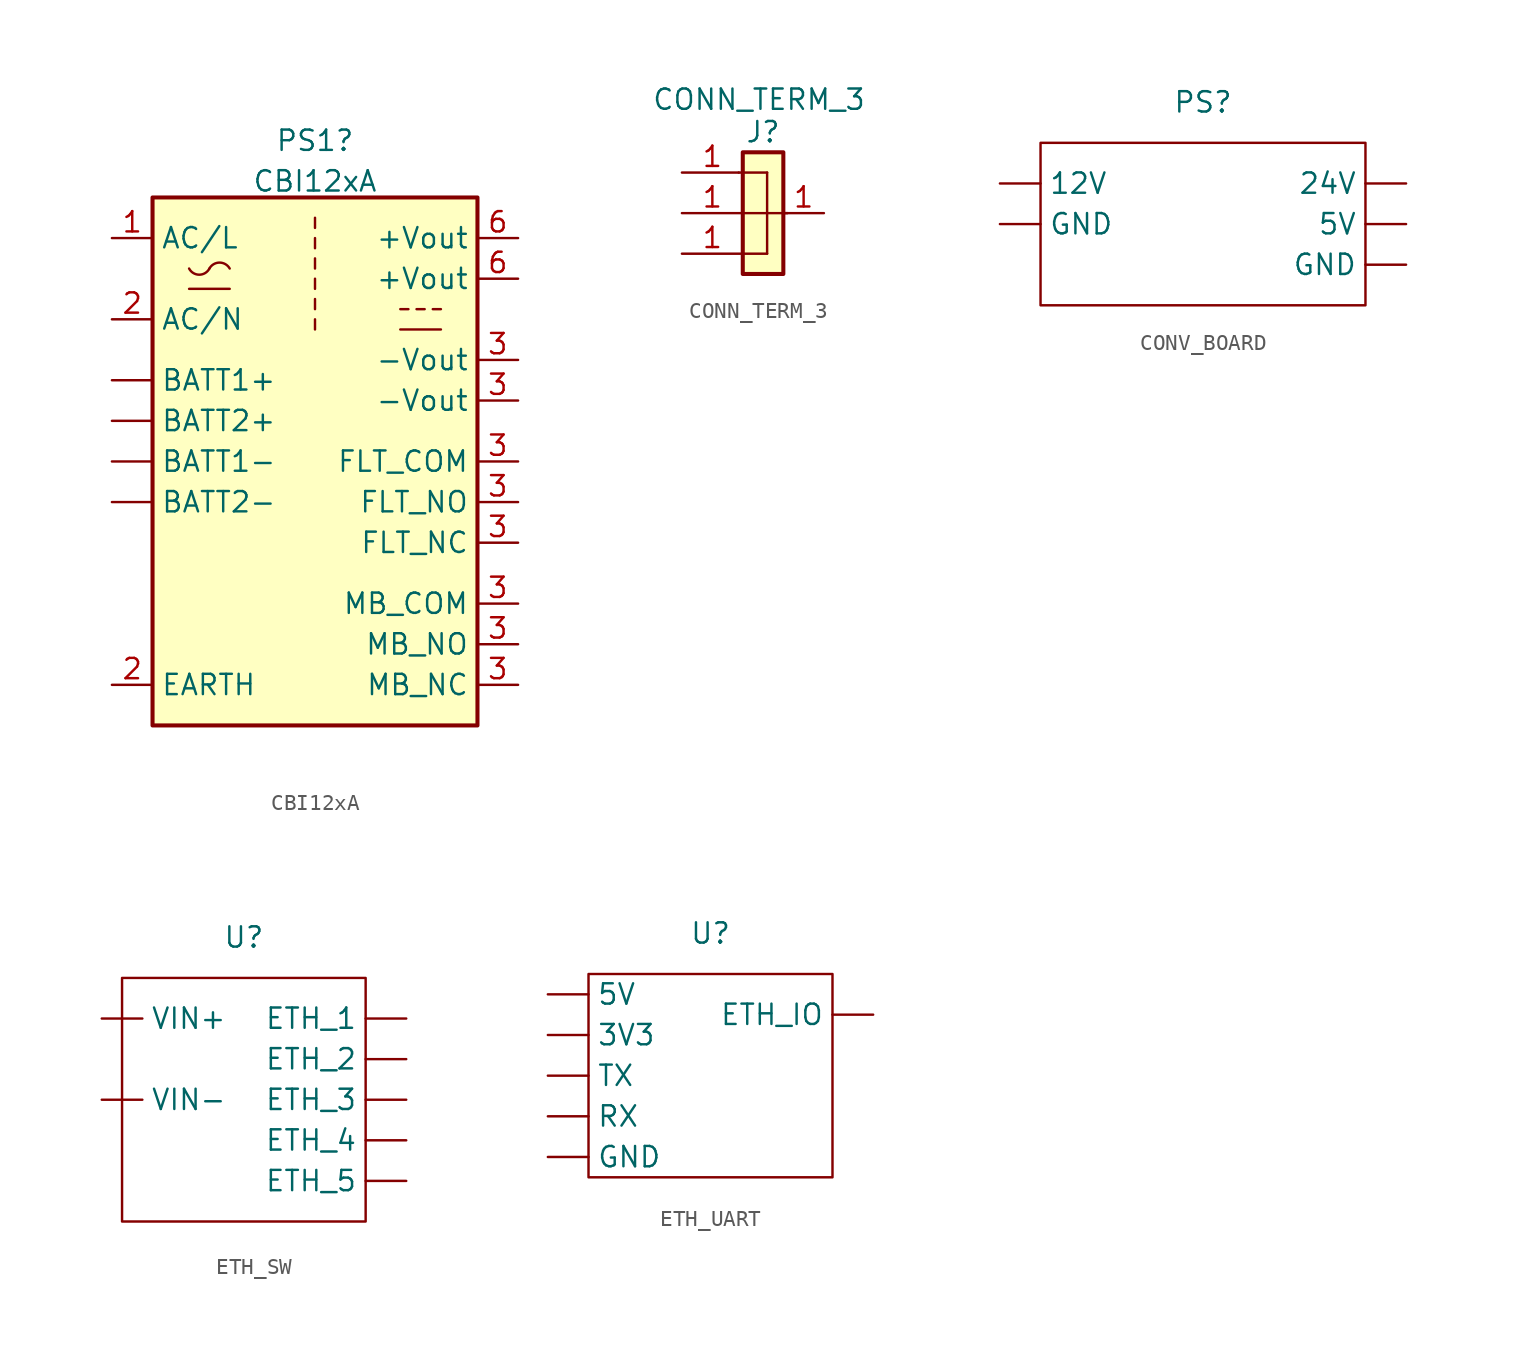
<source format=kicad_sym>
(kicad_symbol_lib
  (version 20231120)
  (generator "kicad_symbol_editor")
  (generator_version "8.0")
  (symbol "CBI12xA"
    (property "Reference" "PS1"
      (at 0 8.636 0)
      (effects (font (size 1.27 1.27))))
    (property "Value" "CBI12xA"
      (at 0 6.096 0)
      (effects (font (size 1.27 1.27))))
    (symbol "CBI12xA_0_1"
      (rectangle (start -10.16 5.08) (end 10.16 -27.94) (stroke (width 0.254) (type default)) (fill (type background)))
      (arc (start -7.874 0.635) (mid -7.239 0.2495) (end -6.604 0.635) (stroke (width 0) (type default)) (fill (type none)))
      (arc (start -5.334 0.635) (mid -5.969 1.0072) (end -6.604 0.635) (stroke (width 0) (type default)) (fill (type none)))
      (polyline (pts (xy -7.874 -0.635) (xy -5.334 -0.635)) (stroke (width 0) (type default)) (fill (type none)))
      (polyline (pts (xy 0 -2.54) (xy 0 -3.175)) (stroke (width 0) (type default)) (fill (type none)))
      (polyline (pts (xy 0 -1.27) (xy 0 -1.905)) (stroke (width 0) (type default)) (fill (type none)))
      (polyline (pts (xy 0 0) (xy 0 -0.635)) (stroke (width 0) (type default)) (fill (type none)))
      (polyline (pts (xy 0 1.27) (xy 0 0.635)) (stroke (width 0) (type default)) (fill (type none)))
      (polyline (pts (xy 0 2.54) (xy 0 1.905)) (stroke (width 0) (type default)) (fill (type none)))
      (polyline (pts (xy 0 3.81) (xy 0 3.175)) (stroke (width 0) (type default)) (fill (type none)))
      (polyline (pts (xy 5.334 -3.175) (xy 7.874 -3.175)) (stroke (width 0) (type default)) (fill (type none)))
      (polyline (pts (xy 5.334 -1.905) (xy 5.842 -1.905)) (stroke (width 0) (type default)) (fill (type none)))
      (polyline (pts (xy 6.35 -1.905) (xy 6.858 -1.905)) (stroke (width 0) (type default)) (fill (type none)))
      (polyline (pts (xy 7.366 -1.905) (xy 7.874 -1.905)) (stroke (width 0) (type default)) (fill (type none))))
    (symbol "CBI12xA_1_1"
      (pin unspecified line (at -12.7 -6.35 0) (length 2.54) (name "BATT1+" (effects (font (size 1.27 1.27)))) (number "" (effects (font (size 1.27 1.27)))))
      (pin unspecified line (at -12.7 -11.43 0) (length 2.54) (name "BATT1-" (effects (font (size 1.27 1.27)))) (number "" (effects (font (size 1.27 1.27)))))
      (pin unspecified line (at -12.7 -8.89 0) (length 2.54) (name "BATT2+" (effects (font (size 1.27 1.27)))) (number "" (effects (font (size 1.27 1.27)))))
      (pin unspecified line (at -12.7 -13.97 0) (length 2.54) (name "BATT2-" (effects (font (size 1.27 1.27)))) (number "" (effects (font (size 1.27 1.27)))))
      (pin power_in line (at -12.7 2.54 0) (length 2.54) (name "AC/L" (effects (font (size 1.27 1.27)))) (number "1" (effects (font (size 1.27 1.27)))))
      (pin power_in line (at -12.7 -2.54 0) (length 2.54) (name "AC/N" (effects (font (size 1.27 1.27)))) (number "2" (effects (font (size 1.27 1.27)))))
      (pin unspecified line (at -12.7 -25.4 0) (length 2.54) (name "EARTH" (effects (font (size 1.27 1.27)))) (number "2" (effects (font (size 1.27 1.27)))))
      (pin power_out line (at 12.7 -7.62 180) (length 2.54) (name "-Vout" (effects (font (size 1.27 1.27)))) (number "3" (effects (font (size 1.27 1.27)))))
      (pin power_out line (at 12.7 -5.08 180) (length 2.54) (name "-Vout" (effects (font (size 1.27 1.27)))) (number "3" (effects (font (size 1.27 1.27)))))
      (pin power_out line (at 12.7 -11.43 180) (length 2.54) (name "FLT_COM" (effects (font (size 1.27 1.27)))) (number "3" (effects (font (size 1.27 1.27)))))
      (pin power_out line (at 12.7 -16.51 180) (length 2.54) (name "FLT_NC" (effects (font (size 1.27 1.27)))) (number "3" (effects (font (size 1.27 1.27)))))
      (pin power_out line (at 12.7 -13.97 180) (length 2.54) (name "FLT_NO" (effects (font (size 1.27 1.27)))) (number "3" (effects (font (size 1.27 1.27)))))
      (pin power_out line (at 12.7 -20.32 180) (length 2.54) (name "MB_COM" (effects (font (size 1.27 1.27)))) (number "3" (effects (font (size 1.27 1.27)))))
      (pin power_out line (at 12.7 -25.4 180) (length 2.54) (name "MB_NC" (effects (font (size 1.27 1.27)))) (number "3" (effects (font (size 1.27 1.27)))))
      (pin power_out line (at 12.7 -22.86 180) (length 2.54) (name "MB_NO" (effects (font (size 1.27 1.27)))) (number "3" (effects (font (size 1.27 1.27)))))
      (pin power_out line (at 12.7 0 180) (length 2.54) (name "+Vout" (effects (font (size 1.27 1.27)))) (number "6" (effects (font (size 1.27 1.27)))))
      (pin power_out line (at 12.7 2.54 180) (length 2.54) (name "+Vout" (effects (font (size 1.27 1.27)))) (number "6" (effects (font (size 1.27 1.27)))))))
  (symbol "CONN_TERM_3"
    (pin_names
      (offset 1.016) hide)
    (property "Reference" "J"
      (at 0 5.08 0)
      (effects (font (size 1.27 1.27))))
    (property "Value" "CONN_TERM_3"
      (at -0.254 7.112 0)
      (effects (font (size 1.27 1.27))))
    (symbol "CONN_TERM_3_0_1"
      (polyline (pts (xy -1.524 2.54) (xy -1.524 2.54)) (stroke (width 0) (type default)) (fill (type none)))
      (polyline (pts (xy -1.27 -2.54) (xy 0.254 -2.54)) (stroke (width 0) (type default)) (fill (type none)))
      (polyline (pts (xy -1.27 0) (xy 1.524 0)) (stroke (width 0) (type default)) (fill (type none)))
      (polyline (pts (xy -1.27 2.54) (xy 0.254 2.54)) (stroke (width 0) (type default)) (fill (type none)))
      (polyline (pts (xy 0.254 2.54) (xy 0.254 -2.54)) (stroke (width 0) (type default)) (fill (type none))))
    (symbol "CONN_TERM_3_1_1"
      (rectangle (start -1.27 3.81) (end 1.27 -3.81) (stroke (width 0.254) (type default)) (fill (type background)))
      (pin input line (at 3.81 0 180) (length 2.54) (name "" (effects (font (size 1.27 1.27)))) (number "1" (effects (font (size 1.27 1.27)))))
      (pin passive line (at -5.08 2.54 0) (length 3.81) (name "Pin_1" (effects (font (size 1.27 1.27)))) (number "1" (effects (font (size 1.27 1.27)))))
      (pin passive line (at -5.08 0 0) (length 3.81) (name "Pin_2" (effects (font (size 1.27 1.27)))) (number "1" (effects (font (size 1.27 1.27)))))
      (pin passive line (at -5.08 -2.54 0) (length 3.81) (name "Pin_3" (effects (font (size 1.27 1.27)))) (number "1" (effects (font (size 1.27 1.27)))))))
  (symbol "CONV_BOARD"
    (property "Reference" "PS"
      (at 0 0 0)
      (effects (font (size 1.27 1.27))))
    (property "Value" ""
      (at 0 0 0)
      (effects (font (size 1.27 1.27))))
    (symbol "CONV_BOARD_0_1"
      (rectangle (start -10.16 -2.54) (end 10.16 -12.7) (stroke (width 0) (type default)) (fill (type none))))
    (symbol "CONV_BOARD_1_1"
      (pin power_out line (at -12.7 -5.08 0) (length 2.54) (name "12V" (effects (font (size 1.27 1.27)))) (number "" (effects (font (size 1.27 1.27)))))
      (pin power_out line (at 12.7 -5.08 180) (length 2.54) (name "24V" (effects (font (size 1.27 1.27)))) (number "" (effects (font (size 1.27 1.27)))))
      (pin power_out line (at 12.7 -7.62 180) (length 2.54) (name "5V" (effects (font (size 1.27 1.27)))) (number "" (effects (font (size 1.27 1.27)))))
      (pin power_out line (at -12.7 -7.62 0) (length 2.54) (name "GND" (effects (font (size 1.27 1.27)))) (number "" (effects (font (size 1.27 1.27)))))
      (pin power_out line (at 12.7 -10.16 180) (length 2.54) (name "GND" (effects (font (size 1.27 1.27)))) (number "" (effects (font (size 1.27 1.27)))))))
  (symbol "ETH_SW"
    (property "Reference" "U"
      (at 0 0 0)
      (effects (font (size 1.27 1.27))))
    (property "Value" ""
      (at 0 0 0)
      (effects (font (size 1.27 1.27))))
    (symbol "ETH_SW_0_1"
      (rectangle (start -7.62 -2.54) (end 7.62 -17.78) (stroke (width 0) (type default)) (fill (type none))))
    (symbol "ETH_SW_1_1"
      (pin power_out line (at 10.16 -5.08 180) (length 2.54) (name "ETH_1" (effects (font (size 1.27 1.27)))) (number "" (effects (font (size 1.27 1.27)))))
      (pin power_out line (at 10.16 -7.62 180) (length 2.54) (name "ETH_2" (effects (font (size 1.27 1.27)))) (number "" (effects (font (size 1.27 1.27)))))
      (pin power_out line (at 10.16 -10.16 180) (length 2.54) (name "ETH_3" (effects (font (size 1.27 1.27)))) (number "" (effects (font (size 1.27 1.27)))))
      (pin power_out line (at 10.16 -12.7 180) (length 2.54) (name "ETH_4" (effects (font (size 1.27 1.27)))) (number "" (effects (font (size 1.27 1.27)))))
      (pin power_out line (at 10.16 -15.24 180) (length 2.54) (name "ETH_5" (effects (font (size 1.27 1.27)))) (number "" (effects (font (size 1.27 1.27)))))
      (pin input line (at -8.89 -5.08 0) (length 2.54) (name "VIN+" (effects (font (size 1.27 1.27)))) (number "" (effects (font (size 1.27 1.27)))))
      (pin input line (at -8.89 -10.16 0) (length 2.54) (name "VIN-" (effects (font (size 1.27 1.27)))) (number "" (effects (font (size 1.27 1.27)))))))
  (symbol "ETH_UART"
    (property "Reference" "U"
      (at 0 0 0)
      (effects (font (size 1.27 1.27))))
    (property "Value" ""
      (at 0 0 0)
      (effects (font (size 1.27 1.27))))
    (symbol "ETH_UART_0_1"
      (rectangle (start -7.62 -2.54) (end 7.62 -15.24) (stroke (width 0) (type default)) (fill (type none))))
    (symbol "ETH_UART_1_1"
      (pin input line (at -10.16 -6.35 0) (length 2.54) (name "3V3" (effects (font (size 1.27 1.27)))) (number "" (effects (font (size 1.27 1.27)))))
      (pin input line (at -10.16 -3.81 0) (length 2.54) (name "5V" (effects (font (size 1.27 1.27)))) (number "" (effects (font (size 1.27 1.27)))))
      (pin input line (at 10.16 -5.08 180) (length 2.54) (name "ETH_IO" (effects (font (size 1.27 1.27)))) (number "" (effects (font (size 1.27 1.27)))))
      (pin input line (at -10.16 -13.97 0) (length 2.54) (name "GND" (effects (font (size 1.27 1.27)))) (number "" (effects (font (size 1.27 1.27)))))
      (pin input line (at -10.16 -11.43 0) (length 2.54) (name "RX" (effects (font (size 1.27 1.27)))) (number "" (effects (font (size 1.27 1.27)))))
      (pin input line (at -10.16 -8.89 0) (length 2.54) (name "TX" (effects (font (size 1.27 1.27)))) (number "" (effects (font (size 1.27 1.27))))))))
</source>
